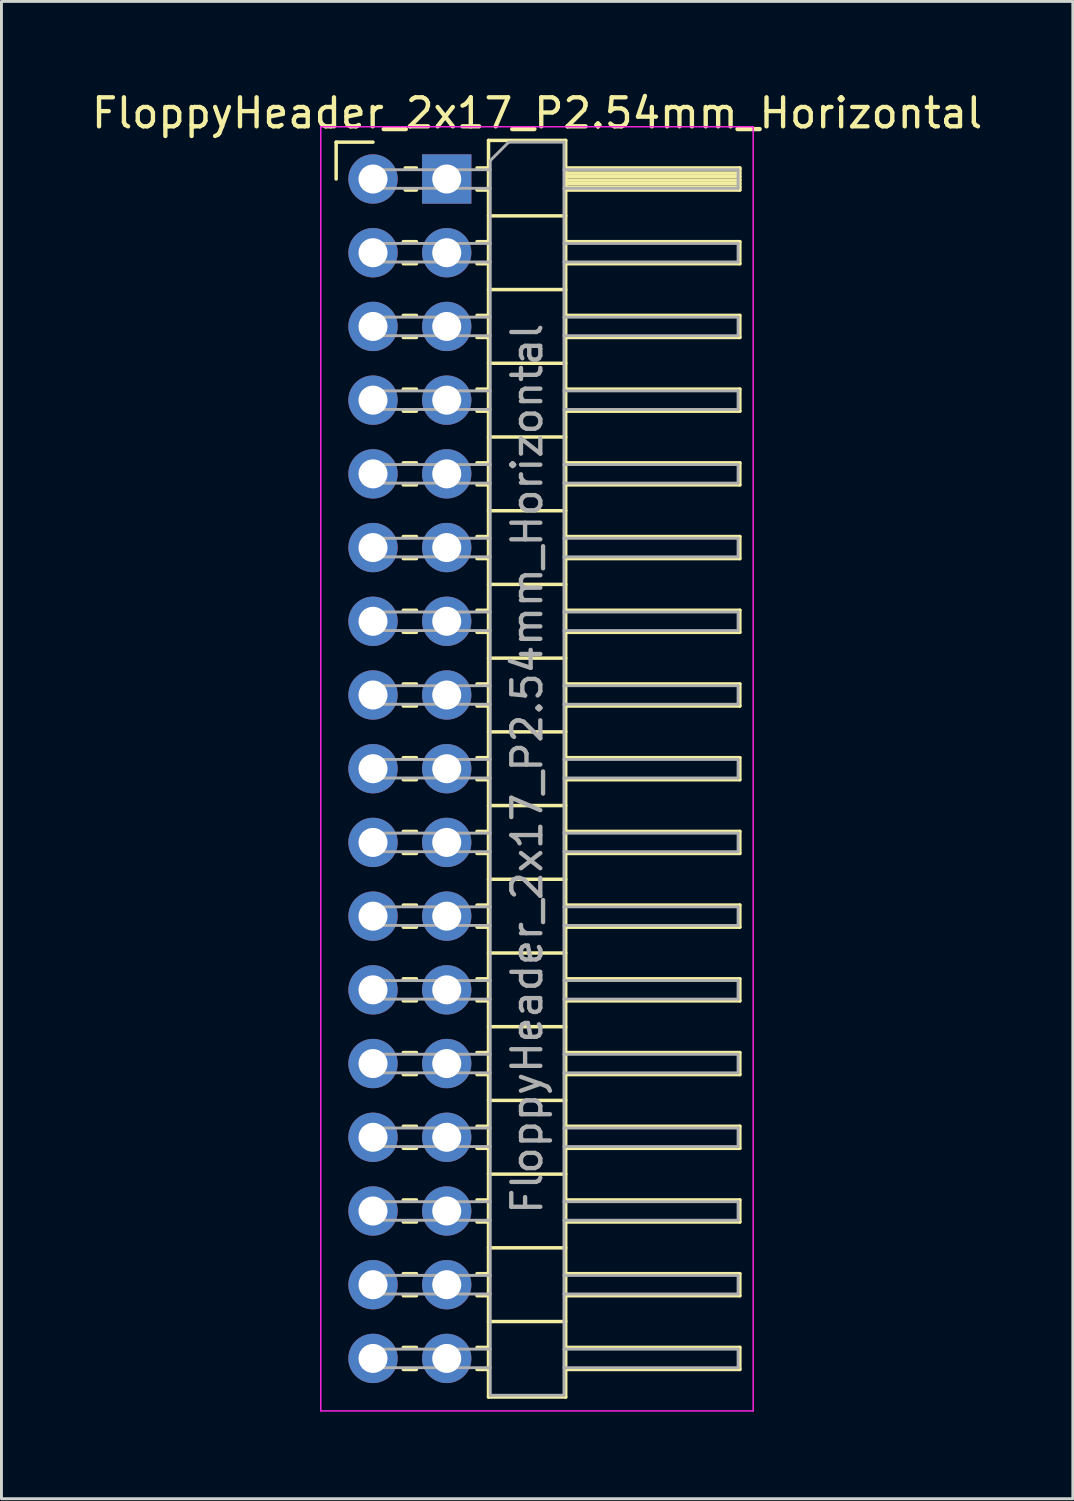
<source format=kicad_pcb>
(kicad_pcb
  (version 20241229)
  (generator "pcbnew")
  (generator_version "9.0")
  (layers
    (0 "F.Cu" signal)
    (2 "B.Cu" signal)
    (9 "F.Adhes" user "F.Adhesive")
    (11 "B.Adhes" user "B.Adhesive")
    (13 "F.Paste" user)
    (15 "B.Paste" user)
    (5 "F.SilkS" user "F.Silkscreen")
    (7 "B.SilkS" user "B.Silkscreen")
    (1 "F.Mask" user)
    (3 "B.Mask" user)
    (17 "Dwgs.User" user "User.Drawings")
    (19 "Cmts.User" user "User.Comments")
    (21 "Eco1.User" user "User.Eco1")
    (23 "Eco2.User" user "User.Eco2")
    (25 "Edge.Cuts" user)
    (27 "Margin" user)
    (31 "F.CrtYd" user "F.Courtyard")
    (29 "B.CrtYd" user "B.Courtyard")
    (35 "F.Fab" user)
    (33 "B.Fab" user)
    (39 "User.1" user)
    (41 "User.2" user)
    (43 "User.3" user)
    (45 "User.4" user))
  (footprint "FloppyHeader_2x17_P2.54mm_Horizontal"
    (layer "F.Cu")
    (at 9.803 3.118)
    (property "Reference" "FloppyHeader_2x17_P2.54mm_Horizontal" (at 5.655 -2.27 0) (layer "F.SilkS") (effects (font (size 1 1) (thickness 0.15))))
    (attr through_hole)
    (fp_line (start -1.27 -1.27) (end 0 -1.27) (stroke (width 0.12) (type solid)) (layer "F.SilkS"))
    (fp_line (start -1.27 0) (end -1.27 -1.27) (stroke (width 0.12) (type solid)) (layer "F.SilkS"))
    (fp_line (start 1.043 2.16) (end 1.497 2.16) (stroke (width 0.12) (type solid)) (layer "F.SilkS"))
    (fp_line (start 1.043 2.92) (end 1.497 2.92) (stroke (width 0.12) (type solid)) (layer "F.SilkS"))
    (fp_line (start 1.043 4.7) (end 1.497 4.7) (stroke (width 0.12) (type solid)) (layer "F.SilkS"))
    (fp_line (start 1.043 5.46) (end 1.497 5.46) (stroke (width 0.12) (type solid)) (layer "F.SilkS"))
    (fp_line (start 1.043 7.24) (end 1.497 7.24) (stroke (width 0.12) (type solid)) (layer "F.SilkS"))
    (fp_line (start 1.043 8) (end 1.497 8) (stroke (width 0.12) (type solid)) (layer "F.SilkS"))
    (fp_line (start 1.043 9.78) (end 1.497 9.78) (stroke (width 0.12) (type solid)) (layer "F.SilkS"))
    (fp_line (start 1.043 10.54) (end 1.497 10.54) (stroke (width 0.12) (type solid)) (layer "F.SilkS"))
    (fp_line (start 1.043 12.32) (end 1.497 12.32) (stroke (width 0.12) (type solid)) (layer "F.SilkS"))
    (fp_line (start 1.043 13.08) (end 1.497 13.08) (stroke (width 0.12) (type solid)) (layer "F.SilkS"))
    (fp_line (start 1.043 14.86) (end 1.497 14.86) (stroke (width 0.12) (type solid)) (layer "F.SilkS"))
    (fp_line (start 1.043 15.62) (end 1.497 15.62) (stroke (width 0.12) (type solid)) (layer "F.SilkS"))
    (fp_line (start 1.043 17.4) (end 1.497 17.4) (stroke (width 0.12) (type solid)) (layer "F.SilkS"))
    (fp_line (start 1.043 18.16) (end 1.497 18.16) (stroke (width 0.12) (type solid)) (layer "F.SilkS"))
    (fp_line (start 1.043 19.94) (end 1.497 19.94) (stroke (width 0.12) (type solid)) (layer "F.SilkS"))
    (fp_line (start 1.043 20.7) (end 1.497 20.7) (stroke (width 0.12) (type solid)) (layer "F.SilkS"))
    (fp_line (start 1.043 22.48) (end 1.497 22.48) (stroke (width 0.12) (type solid)) (layer "F.SilkS"))
    (fp_line (start 1.043 23.24) (end 1.497 23.24) (stroke (width 0.12) (type solid)) (layer "F.SilkS"))
    (fp_line (start 1.043 25.02) (end 1.497 25.02) (stroke (width 0.12) (type solid)) (layer "F.SilkS"))
    (fp_line (start 1.043 25.78) (end 1.497 25.78) (stroke (width 0.12) (type solid)) (layer "F.SilkS"))
    (fp_line (start 1.043 27.56) (end 1.497 27.56) (stroke (width 0.12) (type solid)) (layer "F.SilkS"))
    (fp_line (start 1.043 28.32) (end 1.497 28.32) (stroke (width 0.12) (type solid)) (layer "F.SilkS"))
    (fp_line (start 1.043 30.1) (end 1.497 30.1) (stroke (width 0.12) (type solid)) (layer "F.SilkS"))
    (fp_line (start 1.043 30.86) (end 1.497 30.86) (stroke (width 0.12) (type solid)) (layer "F.SilkS"))
    (fp_line (start 1.043 32.64) (end 1.497 32.64) (stroke (width 0.12) (type solid)) (layer "F.SilkS"))
    (fp_line (start 1.043 33.4) (end 1.497 33.4) (stroke (width 0.12) (type solid)) (layer "F.SilkS"))
    (fp_line (start 1.043 35.18) (end 1.497 35.18) (stroke (width 0.12) (type solid)) (layer "F.SilkS"))
    (fp_line (start 1.043 35.94) (end 1.497 35.94) (stroke (width 0.12) (type solid)) (layer "F.SilkS"))
    (fp_line (start 1.043 37.72) (end 1.497 37.72) (stroke (width 0.12) (type solid)) (layer "F.SilkS"))
    (fp_line (start 1.043 38.48) (end 1.497 38.48) (stroke (width 0.12) (type solid)) (layer "F.SilkS"))
    (fp_line (start 1.043 40.26) (end 1.497 40.26) (stroke (width 0.12) (type solid)) (layer "F.SilkS"))
    (fp_line (start 1.043 41.02) (end 1.497 41.02) (stroke (width 0.12) (type solid)) (layer "F.SilkS"))
    (fp_line (start 1.11 -0.38) (end 1.497 -0.38) (stroke (width 0.12) (type solid)) (layer "F.SilkS"))
    (fp_line (start 1.11 0.38) (end 1.497 0.38) (stroke (width 0.12) (type solid)) (layer "F.SilkS"))
    (fp_line (start 3.583 -0.38) (end 3.98 -0.38) (stroke (width 0.12) (type solid)) (layer "F.SilkS"))
    (fp_line (start 3.583 0.38) (end 3.98 0.38) (stroke (width 0.12) (type solid)) (layer "F.SilkS"))
    (fp_line (start 3.583 2.16) (end 3.98 2.16) (stroke (width 0.12) (type solid)) (layer "F.SilkS"))
    (fp_line (start 3.583 2.92) (end 3.98 2.92) (stroke (width 0.12) (type solid)) (layer "F.SilkS"))
    (fp_line (start 3.583 4.7) (end 3.98 4.7) (stroke (width 0.12) (type solid)) (layer "F.SilkS"))
    (fp_line (start 3.583 5.46) (end 3.98 5.46) (stroke (width 0.12) (type solid)) (layer "F.SilkS"))
    (fp_line (start 3.583 7.24) (end 3.98 7.24) (stroke (width 0.12) (type solid)) (layer "F.SilkS"))
    (fp_line (start 3.583 8) (end 3.98 8) (stroke (width 0.12) (type solid)) (layer "F.SilkS"))
    (fp_line (start 3.583 9.78) (end 3.98 9.78) (stroke (width 0.12) (type solid)) (layer "F.SilkS"))
    (fp_line (start 3.583 10.54) (end 3.98 10.54) (stroke (width 0.12) (type solid)) (layer "F.SilkS"))
    (fp_line (start 3.583 12.32) (end 3.98 12.32) (stroke (width 0.12) (type solid)) (layer "F.SilkS"))
    (fp_line (start 3.583 13.08) (end 3.98 13.08) (stroke (width 0.12) (type solid)) (layer "F.SilkS"))
    (fp_line (start 3.583 14.86) (end 3.98 14.86) (stroke (width 0.12) (type solid)) (layer "F.SilkS"))
    (fp_line (start 3.583 15.62) (end 3.98 15.62) (stroke (width 0.12) (type solid)) (layer "F.SilkS"))
    (fp_line (start 3.583 17.4) (end 3.98 17.4) (stroke (width 0.12) (type solid)) (layer "F.SilkS"))
    (fp_line (start 3.583 18.16) (end 3.98 18.16) (stroke (width 0.12) (type solid)) (layer "F.SilkS"))
    (fp_line (start 3.583 19.94) (end 3.98 19.94) (stroke (width 0.12) (type solid)) (layer "F.SilkS"))
    (fp_line (start 3.583 20.7) (end 3.98 20.7) (stroke (width 0.12) (type solid)) (layer "F.SilkS"))
    (fp_line (start 3.583 22.48) (end 3.98 22.48) (stroke (width 0.12) (type solid)) (layer "F.SilkS"))
    (fp_line (start 3.583 23.24) (end 3.98 23.24) (stroke (width 0.12) (type solid)) (layer "F.SilkS"))
    (fp_line (start 3.583 25.02) (end 3.98 25.02) (stroke (width 0.12) (type solid)) (layer "F.SilkS"))
    (fp_line (start 3.583 25.78) (end 3.98 25.78) (stroke (width 0.12) (type solid)) (layer "F.SilkS"))
    (fp_line (start 3.583 27.56) (end 3.98 27.56) (stroke (width 0.12) (type solid)) (layer "F.SilkS"))
    (fp_line (start 3.583 28.32) (end 3.98 28.32) (stroke (width 0.12) (type solid)) (layer "F.SilkS"))
    (fp_line (start 3.583 30.1) (end 3.98 30.1) (stroke (width 0.12) (type solid)) (layer "F.SilkS"))
    (fp_line (start 3.583 30.86) (end 3.98 30.86) (stroke (width 0.12) (type solid)) (layer "F.SilkS"))
    (fp_line (start 3.583 32.64) (end 3.98 32.64) (stroke (width 0.12) (type solid)) (layer "F.SilkS"))
    (fp_line (start 3.583 33.4) (end 3.98 33.4) (stroke (width 0.12) (type solid)) (layer "F.SilkS"))
    (fp_line (start 3.583 35.18) (end 3.98 35.18) (stroke (width 0.12) (type solid)) (layer "F.SilkS"))
    (fp_line (start 3.583 35.94) (end 3.98 35.94) (stroke (width 0.12) (type solid)) (layer "F.SilkS"))
    (fp_line (start 3.583 37.72) (end 3.98 37.72) (stroke (width 0.12) (type solid)) (layer "F.SilkS"))
    (fp_line (start 3.583 38.48) (end 3.98 38.48) (stroke (width 0.12) (type solid)) (layer "F.SilkS"))
    (fp_line (start 3.583 40.26) (end 3.98 40.26) (stroke (width 0.12) (type solid)) (layer "F.SilkS"))
    (fp_line (start 3.583 41.02) (end 3.98 41.02) (stroke (width 0.12) (type solid)) (layer "F.SilkS"))
    (fp_line (start 3.98 -1.33) (end 3.98 41.97) (stroke (width 0.12) (type solid)) (layer "F.SilkS"))
    (fp_line (start 3.98 1.27) (end 6.64 1.27) (stroke (width 0.12) (type solid)) (layer "F.SilkS"))
    (fp_line (start 3.98 3.81) (end 6.64 3.81) (stroke (width 0.12) (type solid)) (layer "F.SilkS"))
    (fp_line (start 3.98 6.35) (end 6.64 6.35) (stroke (width 0.12) (type solid)) (layer "F.SilkS"))
    (fp_line (start 3.98 8.89) (end 6.64 8.89) (stroke (width 0.12) (type solid)) (layer "F.SilkS"))
    (fp_line (start 3.98 11.43) (end 6.64 11.43) (stroke (width 0.12) (type solid)) (layer "F.SilkS"))
    (fp_line (start 3.98 13.97) (end 6.64 13.97) (stroke (width 0.12) (type solid)) (layer "F.SilkS"))
    (fp_line (start 3.98 16.51) (end 6.64 16.51) (stroke (width 0.12) (type solid)) (layer "F.SilkS"))
    (fp_line (start 3.98 19.05) (end 6.64 19.05) (stroke (width 0.12) (type solid)) (layer "F.SilkS"))
    (fp_line (start 3.98 21.59) (end 6.64 21.59) (stroke (width 0.12) (type solid)) (layer "F.SilkS"))
    (fp_line (start 3.98 24.13) (end 6.64 24.13) (stroke (width 0.12) (type solid)) (layer "F.SilkS"))
    (fp_line (start 3.98 26.67) (end 6.64 26.67) (stroke (width 0.12) (type solid)) (layer "F.SilkS"))
    (fp_line (start 3.98 29.21) (end 6.64 29.21) (stroke (width 0.12) (type solid)) (layer "F.SilkS"))
    (fp_line (start 3.98 31.75) (end 6.64 31.75) (stroke (width 0.12) (type solid)) (layer "F.SilkS"))
    (fp_line (start 3.98 34.29) (end 6.64 34.29) (stroke (width 0.12) (type solid)) (layer "F.SilkS"))
    (fp_line (start 3.98 36.83) (end 6.64 36.83) (stroke (width 0.12) (type solid)) (layer "F.SilkS"))
    (fp_line (start 3.98 39.37) (end 6.64 39.37) (stroke (width 0.12) (type solid)) (layer "F.SilkS"))
    (fp_line (start 3.98 41.97) (end 6.64 41.97) (stroke (width 0.12) (type solid)) (layer "F.SilkS"))
    (fp_line (start 6.64 -1.33) (end 3.98 -1.33) (stroke (width 0.12) (type solid)) (layer "F.SilkS"))
    (fp_line (start 6.64 -0.38) (end 12.64 -0.38) (stroke (width 0.12) (type solid)) (layer "F.SilkS"))
    (fp_line (start 6.64 -0.32) (end 12.64 -0.32) (stroke (width 0.12) (type solid)) (layer "F.SilkS"))
    (fp_line (start 6.64 -0.2) (end 12.64 -0.2) (stroke (width 0.12) (type solid)) (layer "F.SilkS"))
    (fp_line (start 6.64 -0.08) (end 12.64 -0.08) (stroke (width 0.12) (type solid)) (layer "F.SilkS"))
    (fp_line (start 6.64 0.04) (end 12.64 0.04) (stroke (width 0.12) (type solid)) (layer "F.SilkS"))
    (fp_line (start 6.64 0.16) (end 12.64 0.16) (stroke (width 0.12) (type solid)) (layer "F.SilkS"))
    (fp_line (start 6.64 0.28) (end 12.64 0.28) (stroke (width 0.12) (type solid)) (layer "F.SilkS"))
    (fp_line (start 6.64 2.16) (end 12.64 2.16) (stroke (width 0.12) (type solid)) (layer "F.SilkS"))
    (fp_line (start 6.64 4.7) (end 12.64 4.7) (stroke (width 0.12) (type solid)) (layer "F.SilkS"))
    (fp_line (start 6.64 7.24) (end 12.64 7.24) (stroke (width 0.12) (type solid)) (layer "F.SilkS"))
    (fp_line (start 6.64 9.78) (end 12.64 9.78) (stroke (width 0.12) (type solid)) (layer "F.SilkS"))
    (fp_line (start 6.64 12.32) (end 12.64 12.32) (stroke (width 0.12) (type solid)) (layer "F.SilkS"))
    (fp_line (start 6.64 14.86) (end 12.64 14.86) (stroke (width 0.12) (type solid)) (layer "F.SilkS"))
    (fp_line (start 6.64 17.4) (end 12.64 17.4) (stroke (width 0.12) (type solid)) (layer "F.SilkS"))
    (fp_line (start 6.64 19.94) (end 12.64 19.94) (stroke (width 0.12) (type solid)) (layer "F.SilkS"))
    (fp_line (start 6.64 22.48) (end 12.64 22.48) (stroke (width 0.12) (type solid)) (layer "F.SilkS"))
    (fp_line (start 6.64 25.02) (end 12.64 25.02) (stroke (width 0.12) (type solid)) (layer "F.SilkS"))
    (fp_line (start 6.64 27.56) (end 12.64 27.56) (stroke (width 0.12) (type solid)) (layer "F.SilkS"))
    (fp_line (start 6.64 30.1) (end 12.64 30.1) (stroke (width 0.12) (type solid)) (layer "F.SilkS"))
    (fp_line (start 6.64 32.64) (end 12.64 32.64) (stroke (width 0.12) (type solid)) (layer "F.SilkS"))
    (fp_line (start 6.64 35.18) (end 12.64 35.18) (stroke (width 0.12) (type solid)) (layer "F.SilkS"))
    (fp_line (start 6.64 37.72) (end 12.64 37.72) (stroke (width 0.12) (type solid)) (layer "F.SilkS"))
    (fp_line (start 6.64 40.26) (end 12.64 40.26) (stroke (width 0.12) (type solid)) (layer "F.SilkS"))
    (fp_line (start 6.64 41.97) (end 6.64 -1.33) (stroke (width 0.12) (type solid)) (layer "F.SilkS"))
    (fp_line (start 12.64 -0.38) (end 12.64 0.38) (stroke (width 0.12) (type solid)) (layer "F.SilkS"))
    (fp_line (start 12.64 0.38) (end 6.64 0.38) (stroke (width 0.12) (type solid)) (layer "F.SilkS"))
    (fp_line (start 12.64 2.16) (end 12.64 2.92) (stroke (width 0.12) (type solid)) (layer "F.SilkS"))
    (fp_line (start 12.64 2.92) (end 6.64 2.92) (stroke (width 0.12) (type solid)) (layer "F.SilkS"))
    (fp_line (start 12.64 4.7) (end 12.64 5.46) (stroke (width 0.12) (type solid)) (layer "F.SilkS"))
    (fp_line (start 12.64 5.46) (end 6.64 5.46) (stroke (width 0.12) (type solid)) (layer "F.SilkS"))
    (fp_line (start 12.64 7.24) (end 12.64 8) (stroke (width 0.12) (type solid)) (layer "F.SilkS"))
    (fp_line (start 12.64 8) (end 6.64 8) (stroke (width 0.12) (type solid)) (layer "F.SilkS"))
    (fp_line (start 12.64 9.78) (end 12.64 10.54) (stroke (width 0.12) (type solid)) (layer "F.SilkS"))
    (fp_line (start 12.64 10.54) (end 6.64 10.54) (stroke (width 0.12) (type solid)) (layer "F.SilkS"))
    (fp_line (start 12.64 12.32) (end 12.64 13.08) (stroke (width 0.12) (type solid)) (layer "F.SilkS"))
    (fp_line (start 12.64 13.08) (end 6.64 13.08) (stroke (width 0.12) (type solid)) (layer "F.SilkS"))
    (fp_line (start 12.64 14.86) (end 12.64 15.62) (stroke (width 0.12) (type solid)) (layer "F.SilkS"))
    (fp_line (start 12.64 15.62) (end 6.64 15.62) (stroke (width 0.12) (type solid)) (layer "F.SilkS"))
    (fp_line (start 12.64 17.4) (end 12.64 18.16) (stroke (width 0.12) (type solid)) (layer "F.SilkS"))
    (fp_line (start 12.64 18.16) (end 6.64 18.16) (stroke (width 0.12) (type solid)) (layer "F.SilkS"))
    (fp_line (start 12.64 19.94) (end 12.64 20.7) (stroke (width 0.12) (type solid)) (layer "F.SilkS"))
    (fp_line (start 12.64 20.7) (end 6.64 20.7) (stroke (width 0.12) (type solid)) (layer "F.SilkS"))
    (fp_line (start 12.64 22.48) (end 12.64 23.24) (stroke (width 0.12) (type solid)) (layer "F.SilkS"))
    (fp_line (start 12.64 23.24) (end 6.64 23.24) (stroke (width 0.12) (type solid)) (layer "F.SilkS"))
    (fp_line (start 12.64 25.02) (end 12.64 25.78) (stroke (width 0.12) (type solid)) (layer "F.SilkS"))
    (fp_line (start 12.64 25.78) (end 6.64 25.78) (stroke (width 0.12) (type solid)) (layer "F.SilkS"))
    (fp_line (start 12.64 27.56) (end 12.64 28.32) (stroke (width 0.12) (type solid)) (layer "F.SilkS"))
    (fp_line (start 12.64 28.32) (end 6.64 28.32) (stroke (width 0.12) (type solid)) (layer "F.SilkS"))
    (fp_line (start 12.64 30.1) (end 12.64 30.86) (stroke (width 0.12) (type solid)) (layer "F.SilkS"))
    (fp_line (start 12.64 30.86) (end 6.64 30.86) (stroke (width 0.12) (type solid)) (layer "F.SilkS"))
    (fp_line (start 12.64 32.64) (end 12.64 33.4) (stroke (width 0.12) (type solid)) (layer "F.SilkS"))
    (fp_line (start 12.64 33.4) (end 6.64 33.4) (stroke (width 0.12) (type solid)) (layer "F.SilkS"))
    (fp_line (start 12.64 35.18) (end 12.64 35.94) (stroke (width 0.12) (type solid)) (layer "F.SilkS"))
    (fp_line (start 12.64 35.94) (end 6.64 35.94) (stroke (width 0.12) (type solid)) (layer "F.SilkS"))
    (fp_line (start 12.64 37.72) (end 12.64 38.48) (stroke (width 0.12) (type solid)) (layer "F.SilkS"))
    (fp_line (start 12.64 38.48) (end 6.64 38.48) (stroke (width 0.12) (type solid)) (layer "F.SilkS"))
    (fp_line (start 12.64 40.26) (end 12.64 41.02) (stroke (width 0.12) (type solid)) (layer "F.SilkS"))
    (fp_line (start 12.64 41.02) (end 6.64 41.02) (stroke (width 0.12) (type solid)) (layer "F.SilkS"))
    (fp_line (start -1.8 -1.8) (end -1.8 42.45) (stroke (width 0.05) (type solid)) (layer "F.CrtYd"))
    (fp_line (start -1.8 42.45) (end 13.1 42.45) (stroke (width 0.05) (type solid)) (layer "F.CrtYd"))
    (fp_line (start 13.1 -1.8) (end -1.8 -1.8) (stroke (width 0.05) (type solid)) (layer "F.CrtYd"))
    (fp_line (start 13.1 42.45) (end 13.1 -1.8) (stroke (width 0.05) (type solid)) (layer "F.CrtYd"))
    (fp_line (start -0.32 -0.32) (end 4.04 -0.32) (stroke (width 0.1) (type solid)) (layer "F.Fab"))
    (fp_line (start -0.32 0.32) (end 4.04 0.32) (stroke (width 0.1) (type solid)) (layer "F.Fab"))
    (fp_line (start -0.32 2.22) (end 4.04 2.22) (stroke (width 0.1) (type solid)) (layer "F.Fab"))
    (fp_line (start -0.32 2.86) (end 4.04 2.86) (stroke (width 0.1) (type solid)) (layer "F.Fab"))
    (fp_line (start -0.32 4.76) (end 4.04 4.76) (stroke (width 0.1) (type solid)) (layer "F.Fab"))
    (fp_line (start -0.32 5.4) (end 4.04 5.4) (stroke (width 0.1) (type solid)) (layer "F.Fab"))
    (fp_line (start -0.32 7.3) (end 4.04 7.3) (stroke (width 0.1) (type solid)) (layer "F.Fab"))
    (fp_line (start -0.32 7.94) (end 4.04 7.94) (stroke (width 0.1) (type solid)) (layer "F.Fab"))
    (fp_line (start -0.32 9.84) (end 4.04 9.84) (stroke (width 0.1) (type solid)) (layer "F.Fab"))
    (fp_line (start -0.32 10.48) (end 4.04 10.48) (stroke (width 0.1) (type solid)) (layer "F.Fab"))
    (fp_line (start -0.32 12.38) (end 4.04 12.38) (stroke (width 0.1) (type solid)) (layer "F.Fab"))
    (fp_line (start -0.32 13.02) (end 4.04 13.02) (stroke (width 0.1) (type solid)) (layer "F.Fab"))
    (fp_line (start -0.32 14.92) (end 4.04 14.92) (stroke (width 0.1) (type solid)) (layer "F.Fab"))
    (fp_line (start -0.32 15.56) (end 4.04 15.56) (stroke (width 0.1) (type solid)) (layer "F.Fab"))
    (fp_line (start -0.32 17.46) (end 4.04 17.46) (stroke (width 0.1) (type solid)) (layer "F.Fab"))
    (fp_line (start -0.32 18.1) (end 4.04 18.1) (stroke (width 0.1) (type solid)) (layer "F.Fab"))
    (fp_line (start -0.32 20) (end 4.04 20) (stroke (width 0.1) (type solid)) (layer "F.Fab"))
    (fp_line (start -0.32 20.64) (end 4.04 20.64) (stroke (width 0.1) (type solid)) (layer "F.Fab"))
    (fp_line (start -0.32 22.54) (end 4.04 22.54) (stroke (width 0.1) (type solid)) (layer "F.Fab"))
    (fp_line (start -0.32 23.18) (end 4.04 23.18) (stroke (width 0.1) (type solid)) (layer "F.Fab"))
    (fp_line (start -0.32 25.08) (end 4.04 25.08) (stroke (width 0.1) (type solid)) (layer "F.Fab"))
    (fp_line (start -0.32 25.72) (end 4.04 25.72) (stroke (width 0.1) (type solid)) (layer "F.Fab"))
    (fp_line (start -0.32 27.62) (end 4.04 27.62) (stroke (width 0.1) (type solid)) (layer "F.Fab"))
    (fp_line (start -0.32 28.26) (end 4.04 28.26) (stroke (width 0.1) (type solid)) (layer "F.Fab"))
    (fp_line (start -0.32 30.16) (end 4.04 30.16) (stroke (width 0.1) (type solid)) (layer "F.Fab"))
    (fp_line (start -0.32 30.8) (end 4.04 30.8) (stroke (width 0.1) (type solid)) (layer "F.Fab"))
    (fp_line (start -0.32 32.7) (end 4.04 32.7) (stroke (width 0.1) (type solid)) (layer "F.Fab"))
    (fp_line (start -0.32 33.34) (end 4.04 33.34) (stroke (width 0.1) (type solid)) (layer "F.Fab"))
    (fp_line (start -0.32 35.24) (end 4.04 35.24) (stroke (width 0.1) (type solid)) (layer "F.Fab"))
    (fp_line (start -0.32 35.88) (end 4.04 35.88) (stroke (width 0.1) (type solid)) (layer "F.Fab"))
    (fp_line (start -0.32 37.78) (end 4.04 37.78) (stroke (width 0.1) (type solid)) (layer "F.Fab"))
    (fp_line (start -0.32 38.42) (end 4.04 38.42) (stroke (width 0.1) (type solid)) (layer "F.Fab"))
    (fp_line (start -0.32 40.32) (end 4.04 40.32) (stroke (width 0.1) (type solid)) (layer "F.Fab"))
    (fp_line (start -0.32 40.96) (end 4.04 40.96) (stroke (width 0.1) (type solid)) (layer "F.Fab"))
    (fp_line (start 2.22 -0.32) (end 2.22 0.32) (stroke (width 0.1) (type solid)) (layer "F.Fab"))
    (fp_line (start 2.22 2.22) (end 2.22 2.86) (stroke (width 0.1) (type solid)) (layer "F.Fab"))
    (fp_line (start 2.22 4.76) (end 2.22 5.4) (stroke (width 0.1) (type solid)) (layer "F.Fab"))
    (fp_line (start 2.22 7.3) (end 2.22 7.94) (stroke (width 0.1) (type solid)) (layer "F.Fab"))
    (fp_line (start 2.22 9.84) (end 2.22 10.48) (stroke (width 0.1) (type solid)) (layer "F.Fab"))
    (fp_line (start 2.22 12.38) (end 2.22 13.02) (stroke (width 0.1) (type solid)) (layer "F.Fab"))
    (fp_line (start 2.22 14.92) (end 2.22 15.56) (stroke (width 0.1) (type solid)) (layer "F.Fab"))
    (fp_line (start 2.22 17.46) (end 2.22 18.1) (stroke (width 0.1) (type solid)) (layer "F.Fab"))
    (fp_line (start 2.22 20) (end 2.22 20.64) (stroke (width 0.1) (type solid)) (layer "F.Fab"))
    (fp_line (start 2.22 22.54) (end 2.22 23.18) (stroke (width 0.1) (type solid)) (layer "F.Fab"))
    (fp_line (start 2.22 25.08) (end 2.22 25.72) (stroke (width 0.1) (type solid)) (layer "F.Fab"))
    (fp_line (start 2.22 27.62) (end 2.22 28.26) (stroke (width 0.1) (type solid)) (layer "F.Fab"))
    (fp_line (start 2.22 30.16) (end 2.22 30.8) (stroke (width 0.1) (type solid)) (layer "F.Fab"))
    (fp_line (start 2.22 32.7) (end 2.22 33.34) (stroke (width 0.1) (type solid)) (layer "F.Fab"))
    (fp_line (start 2.22 35.24) (end 2.22 35.88) (stroke (width 0.1) (type solid)) (layer "F.Fab"))
    (fp_line (start 2.22 37.78) (end 2.22 38.42) (stroke (width 0.1) (type solid)) (layer "F.Fab"))
    (fp_line (start 2.22 40.32) (end 2.22 40.96) (stroke (width 0.1) (type solid)) (layer "F.Fab"))
    (fp_line (start 4.04 -0.635) (end 4.675 -1.27) (stroke (width 0.1) (type solid)) (layer "F.Fab"))
    (fp_line (start 4.04 41.91) (end 4.04 -0.635) (stroke (width 0.1) (type solid)) (layer "F.Fab"))
    (fp_line (start 4.675 -1.27) (end 6.58 -1.27) (stroke (width 0.1) (type solid)) (layer "F.Fab"))
    (fp_line (start 6.58 -1.27) (end 6.58 41.91) (stroke (width 0.1) (type solid)) (layer "F.Fab"))
    (fp_line (start 6.58 -0.32) (end 12.58 -0.32) (stroke (width 0.1) (type solid)) (layer "F.Fab"))
    (fp_line (start 6.58 0.32) (end 12.58 0.32) (stroke (width 0.1) (type solid)) (layer "F.Fab"))
    (fp_line (start 6.58 2.22) (end 12.58 2.22) (stroke (width 0.1) (type solid)) (layer "F.Fab"))
    (fp_line (start 6.58 2.86) (end 12.58 2.86) (stroke (width 0.1) (type solid)) (layer "F.Fab"))
    (fp_line (start 6.58 4.76) (end 12.58 4.76) (stroke (width 0.1) (type solid)) (layer "F.Fab"))
    (fp_line (start 6.58 5.4) (end 12.58 5.4) (stroke (width 0.1) (type solid)) (layer "F.Fab"))
    (fp_line (start 6.58 7.3) (end 12.58 7.3) (stroke (width 0.1) (type solid)) (layer "F.Fab"))
    (fp_line (start 6.58 7.94) (end 12.58 7.94) (stroke (width 0.1) (type solid)) (layer "F.Fab"))
    (fp_line (start 6.58 9.84) (end 12.58 9.84) (stroke (width 0.1) (type solid)) (layer "F.Fab"))
    (fp_line (start 6.58 10.48) (end 12.58 10.48) (stroke (width 0.1) (type solid)) (layer "F.Fab"))
    (fp_line (start 6.58 12.38) (end 12.58 12.38) (stroke (width 0.1) (type solid)) (layer "F.Fab"))
    (fp_line (start 6.58 13.02) (end 12.58 13.02) (stroke (width 0.1) (type solid)) (layer "F.Fab"))
    (fp_line (start 6.58 14.92) (end 12.58 14.92) (stroke (width 0.1) (type solid)) (layer "F.Fab"))
    (fp_line (start 6.58 15.56) (end 12.58 15.56) (stroke (width 0.1) (type solid)) (layer "F.Fab"))
    (fp_line (start 6.58 17.46) (end 12.58 17.46) (stroke (width 0.1) (type solid)) (layer "F.Fab"))
    (fp_line (start 6.58 18.1) (end 12.58 18.1) (stroke (width 0.1) (type solid)) (layer "F.Fab"))
    (fp_line (start 6.58 20) (end 12.58 20) (stroke (width 0.1) (type solid)) (layer "F.Fab"))
    (fp_line (start 6.58 20.64) (end 12.58 20.64) (stroke (width 0.1) (type solid)) (layer "F.Fab"))
    (fp_line (start 6.58 22.54) (end 12.58 22.54) (stroke (width 0.1) (type solid)) (layer "F.Fab"))
    (fp_line (start 6.58 23.18) (end 12.58 23.18) (stroke (width 0.1) (type solid)) (layer "F.Fab"))
    (fp_line (start 6.58 25.08) (end 12.58 25.08) (stroke (width 0.1) (type solid)) (layer "F.Fab"))
    (fp_line (start 6.58 25.72) (end 12.58 25.72) (stroke (width 0.1) (type solid)) (layer "F.Fab"))
    (fp_line (start 6.58 27.62) (end 12.58 27.62) (stroke (width 0.1) (type solid)) (layer "F.Fab"))
    (fp_line (start 6.58 28.26) (end 12.58 28.26) (stroke (width 0.1) (type solid)) (layer "F.Fab"))
    (fp_line (start 6.58 30.16) (end 12.58 30.16) (stroke (width 0.1) (type solid)) (layer "F.Fab"))
    (fp_line (start 6.58 30.8) (end 12.58 30.8) (stroke (width 0.1) (type solid)) (layer "F.Fab"))
    (fp_line (start 6.58 32.7) (end 12.58 32.7) (stroke (width 0.1) (type solid)) (layer "F.Fab"))
    (fp_line (start 6.58 33.34) (end 12.58 33.34) (stroke (width 0.1) (type solid)) (layer "F.Fab"))
    (fp_line (start 6.58 35.24) (end 12.58 35.24) (stroke (width 0.1) (type solid)) (layer "F.Fab"))
    (fp_line (start 6.58 35.88) (end 12.58 35.88) (stroke (width 0.1) (type solid)) (layer "F.Fab"))
    (fp_line (start 6.58 37.78) (end 12.58 37.78) (stroke (width 0.1) (type solid)) (layer "F.Fab"))
    (fp_line (start 6.58 38.42) (end 12.58 38.42) (stroke (width 0.1) (type solid)) (layer "F.Fab"))
    (fp_line (start 6.58 40.32) (end 12.58 40.32) (stroke (width 0.1) (type solid)) (layer "F.Fab"))
    (fp_line (start 6.58 40.96) (end 12.58 40.96) (stroke (width 0.1) (type solid)) (layer "F.Fab"))
    (fp_line (start 6.58 41.91) (end 4.04 41.91) (stroke (width 0.1) (type solid)) (layer "F.Fab"))
    (fp_line (start 12.58 -0.32) (end 12.58 0.32) (stroke (width 0.1) (type solid)) (layer "F.Fab"))
    (fp_line (start 12.58 2.22) (end 12.58 2.86) (stroke (width 0.1) (type solid)) (layer "F.Fab"))
    (fp_line (start 12.58 4.76) (end 12.58 5.4) (stroke (width 0.1) (type solid)) (layer "F.Fab"))
    (fp_line (start 12.58 7.3) (end 12.58 7.94) (stroke (width 0.1) (type solid)) (layer "F.Fab"))
    (fp_line (start 12.58 9.84) (end 12.58 10.48) (stroke (width 0.1) (type solid)) (layer "F.Fab"))
    (fp_line (start 12.58 12.38) (end 12.58 13.02) (stroke (width 0.1) (type solid)) (layer "F.Fab"))
    (fp_line (start 12.58 14.92) (end 12.58 15.56) (stroke (width 0.1) (type solid)) (layer "F.Fab"))
    (fp_line (start 12.58 17.46) (end 12.58 18.1) (stroke (width 0.1) (type solid)) (layer "F.Fab"))
    (fp_line (start 12.58 20) (end 12.58 20.64) (stroke (width 0.1) (type solid)) (layer "F.Fab"))
    (fp_line (start 12.58 22.54) (end 12.58 23.18) (stroke (width 0.1) (type solid)) (layer "F.Fab"))
    (fp_line (start 12.58 25.08) (end 12.58 25.72) (stroke (width 0.1) (type solid)) (layer "F.Fab"))
    (fp_line (start 12.58 27.62) (end 12.58 28.26) (stroke (width 0.1) (type solid)) (layer "F.Fab"))
    (fp_line (start 12.58 30.16) (end 12.58 30.8) (stroke (width 0.1) (type solid)) (layer "F.Fab"))
    (fp_line (start 12.58 32.7) (end 12.58 33.34) (stroke (width 0.1) (type solid)) (layer "F.Fab"))
    (fp_line (start 12.58 35.24) (end 12.58 35.88) (stroke (width 0.1) (type solid)) (layer "F.Fab"))
    (fp_line (start 12.58 37.78) (end 12.58 38.42) (stroke (width 0.1) (type solid)) (layer "F.Fab"))
    (fp_line (start 12.58 40.32) (end 12.58 40.96) (stroke (width 0.1) (type solid)) (layer "F.Fab"))
    (fp_text user "${REFERENCE}" (at 5.31 20.32 90) (layer "F.Fab") (effects (font (size 1 1) (thickness 0.15))))
    (pad "1" thru_hole rect (at 2.54 0) (size 1.7 1.7) (drill 1) (layers "*.Cu" "*.Mask"))
    (pad "2" thru_hole oval (at 0 0) (size 1.7 1.7) (drill 1) (layers "*.Cu" "*.Mask"))
    (pad "3" thru_hole oval (at 2.54 2.54) (size 1.7 1.7) (drill 1) (layers "*.Cu" "*.Mask"))
    (pad "4" thru_hole oval (at 0 2.54) (size 1.7 1.7) (drill 1) (layers "*.Cu" "*.Mask"))
    (pad "5" thru_hole oval (at 2.54 5.08) (size 1.7 1.7) (drill 1) (layers "*.Cu" "*.Mask"))
    (pad "6" thru_hole oval (at 0 5.08) (size 1.7 1.7) (drill 1) (layers "*.Cu" "*.Mask"))
    (pad "7" thru_hole oval (at 2.54 7.62) (size 1.7 1.7) (drill 1) (layers "*.Cu" "*.Mask"))
    (pad "8" thru_hole oval (at 0 7.62) (size 1.7 1.7) (drill 1) (layers "*.Cu" "*.Mask"))
    (pad "9" thru_hole oval (at 2.54 10.16) (size 1.7 1.7) (drill 1) (layers "*.Cu" "*.Mask"))
    (pad "10" thru_hole oval (at 0 10.16) (size 1.7 1.7) (drill 1) (layers "*.Cu" "*.Mask"))
    (pad "11" thru_hole oval (at 2.54 12.7) (size 1.7 1.7) (drill 1) (layers "*.Cu" "*.Mask"))
    (pad "12" thru_hole oval (at 0 12.7) (size 1.7 1.7) (drill 1) (layers "*.Cu" "*.Mask"))
    (pad "13" thru_hole oval (at 2.54 15.24) (size 1.7 1.7) (drill 1) (layers "*.Cu" "*.Mask"))
    (pad "14" thru_hole oval (at 0 15.24) (size 1.7 1.7) (drill 1) (layers "*.Cu" "*.Mask"))
    (pad "15" thru_hole oval (at 2.54 17.78) (size 1.7 1.7) (drill 1) (layers "*.Cu" "*.Mask"))
    (pad "16" thru_hole oval (at 0 17.78) (size 1.7 1.7) (drill 1) (layers "*.Cu" "*.Mask"))
    (pad "17" thru_hole oval (at 2.54 20.32) (size 1.7 1.7) (drill 1) (layers "*.Cu" "*.Mask"))
    (pad "18" thru_hole oval (at 0 20.32) (size 1.7 1.7) (drill 1) (layers "*.Cu" "*.Mask"))
    (pad "19" thru_hole oval (at 2.54 22.86) (size 1.7 1.7) (drill 1) (layers "*.Cu" "*.Mask"))
    (pad "20" thru_hole oval (at 0 22.86) (size 1.7 1.7) (drill 1) (layers "*.Cu" "*.Mask"))
    (pad "21" thru_hole oval (at 2.54 25.4) (size 1.7 1.7) (drill 1) (layers "*.Cu" "*.Mask"))
    (pad "22" thru_hole oval (at 0 25.4) (size 1.7 1.7) (drill 1) (layers "*.Cu" "*.Mask"))
    (pad "23" thru_hole oval (at 2.54 27.94) (size 1.7 1.7) (drill 1) (layers "*.Cu" "*.Mask"))
    (pad "24" thru_hole oval (at 0 27.94) (size 1.7 1.7) (drill 1) (layers "*.Cu" "*.Mask"))
    (pad "25" thru_hole oval (at 2.54 30.48) (size 1.7 1.7) (drill 1) (layers "*.Cu" "*.Mask"))
    (pad "26" thru_hole oval (at 0 30.48) (size 1.7 1.7) (drill 1) (layers "*.Cu" "*.Mask"))
    (pad "27" thru_hole oval (at 2.54 33.02) (size 1.7 1.7) (drill 1) (layers "*.Cu" "*.Mask"))
    (pad "28" thru_hole oval (at 0 33.02) (size 1.7 1.7) (drill 1) (layers "*.Cu" "*.Mask"))
    (pad "29" thru_hole oval (at 2.54 35.56) (size 1.7 1.7) (drill 1) (layers "*.Cu" "*.Mask"))
    (pad "30" thru_hole oval (at 0 35.56) (size 1.7 1.7) (drill 1) (layers "*.Cu" "*.Mask"))
    (pad "31" thru_hole oval (at 2.54 38.1) (size 1.7 1.7) (drill 1) (layers "*.Cu" "*.Mask"))
    (pad "32" thru_hole oval (at 0 38.1) (size 1.7 1.7) (drill 1) (layers "*.Cu" "*.Mask"))
    (pad "33" thru_hole oval (at 2.54 40.64) (size 1.7 1.7) (drill 1) (layers "*.Cu" "*.Mask"))
    (pad "34" thru_hole oval (at 0 40.64) (size 1.7 1.7) (drill 1) (layers "*.Cu" "*.Mask")))
  (gr_rect
    (start -3 -3)
    (end 33.917 48.593)
    (stroke (width 0.1) (type default))
    (fill no)
    (layer "Edge.Cuts")))
</source>
